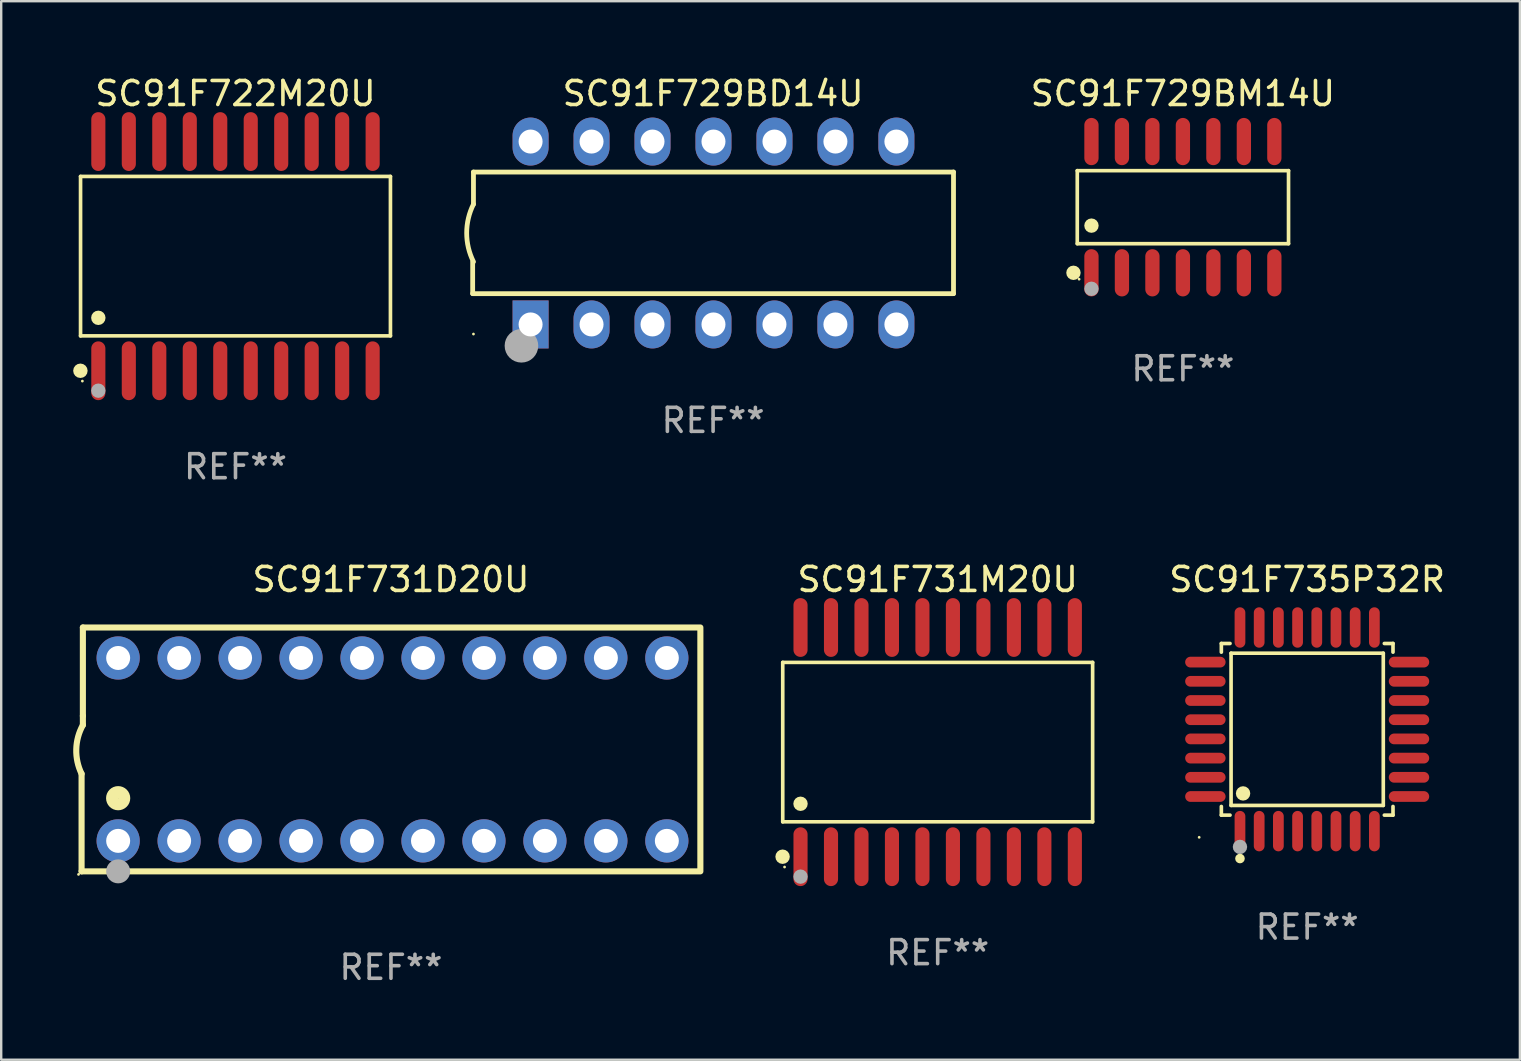
<source format=kicad_pcb>
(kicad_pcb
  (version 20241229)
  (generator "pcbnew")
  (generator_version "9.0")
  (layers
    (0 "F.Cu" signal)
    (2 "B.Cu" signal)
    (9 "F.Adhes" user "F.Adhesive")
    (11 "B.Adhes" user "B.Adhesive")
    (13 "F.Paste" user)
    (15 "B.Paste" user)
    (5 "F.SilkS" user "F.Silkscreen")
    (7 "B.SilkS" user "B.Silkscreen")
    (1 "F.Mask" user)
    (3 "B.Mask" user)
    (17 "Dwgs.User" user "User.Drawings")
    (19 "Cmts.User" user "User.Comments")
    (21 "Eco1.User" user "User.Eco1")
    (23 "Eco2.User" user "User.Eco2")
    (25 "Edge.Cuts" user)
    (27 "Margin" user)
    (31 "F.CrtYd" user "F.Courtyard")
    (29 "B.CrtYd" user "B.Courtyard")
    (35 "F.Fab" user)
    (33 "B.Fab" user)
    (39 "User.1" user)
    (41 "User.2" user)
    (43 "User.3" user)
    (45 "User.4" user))
  (footprint "SC91F731M20U"
    (layer "F.Cu")
    (at 36.019 27.87)
    (property "Reference" "SC91F731M20U" (at 0 -6.775 0) (layer "F.SilkS") (effects (font (size 1 1) (thickness 0.15))))
    (attr through_hole)
    (fp_line (start -6.456 -3.321) (end 6.456 -3.321) (stroke (width 0.152) (type solid)) (layer "F.SilkS"))
    (fp_line (start -6.456 3.321) (end -6.456 -3.321) (stroke (width 0.152) (type solid)) (layer "F.SilkS"))
    (fp_line (start 6.456 -3.321) (end 6.456 3.321) (stroke (width 0.152) (type solid)) (layer "F.SilkS"))
    (fp_line (start 6.456 3.321) (end -6.456 3.321) (stroke (width 0.152) (type solid)) (layer "F.SilkS"))
    (fp_circle (center -6.462 4.775) (end -6.311 4.775) (stroke (width 0.3) (type solid)) (fill no) (layer "F.SilkS"))
    (fp_circle (center -6.38 5.205) (end -6.35 5.205) (stroke (width 0.06) (type solid)) (fill no) (layer "F.SilkS"))
    (fp_circle (center -5.715 2.569) (end -5.565 2.569) (stroke (width 0.3) (type solid)) (fill no) (layer "F.SilkS"))
    (fp_circle (center -5.715 5.605) (end -5.565 5.605) (stroke (width 0.3) (type solid)) (fill no) (layer "F.Fab"))
    (fp_text user "REF**" (at 0 8.775 0) (layer "F.Fab") (effects (font (size 1 1) (thickness 0.15))))
    (pad "1" smd oval (at -5.715 4.775) (size 0.588 2.45) (layers "F.Cu" "F.Mask" "F.Paste"))
    (pad "2" smd oval (at -4.445 4.775) (size 0.588 2.45) (layers "F.Cu" "F.Mask" "F.Paste"))
    (pad "3" smd oval (at -3.175 4.775) (size 0.588 2.45) (layers "F.Cu" "F.Mask" "F.Paste"))
    (pad "4" smd oval (at -1.905 4.775) (size 0.588 2.45) (layers "F.Cu" "F.Mask" "F.Paste"))
    (pad "5" smd oval (at -0.635 4.775) (size 0.588 2.45) (layers "F.Cu" "F.Mask" "F.Paste"))
    (pad "6" smd oval (at 0.635 4.775) (size 0.588 2.45) (layers "F.Cu" "F.Mask" "F.Paste"))
    (pad "7" smd oval (at 1.905 4.775) (size 0.588 2.45) (layers "F.Cu" "F.Mask" "F.Paste"))
    (pad "8" smd oval (at 3.175 4.775) (size 0.588 2.45) (layers "F.Cu" "F.Mask" "F.Paste"))
    (pad "9" smd oval (at 4.445 4.775) (size 0.588 2.45) (layers "F.Cu" "F.Mask" "F.Paste"))
    (pad "10" smd oval (at 5.715 4.775) (size 0.588 2.45) (layers "F.Cu" "F.Mask" "F.Paste"))
    (pad "11" smd oval (at 5.715 -4.775) (size 0.588 2.45) (layers "F.Cu" "F.Mask" "F.Paste"))
    (pad "12" smd oval (at 4.445 -4.775) (size 0.588 2.45) (layers "F.Cu" "F.Mask" "F.Paste"))
    (pad "13" smd oval (at 3.175 -4.775) (size 0.588 2.45) (layers "F.Cu" "F.Mask" "F.Paste"))
    (pad "14" smd oval (at 1.905 -4.775) (size 0.588 2.45) (layers "F.Cu" "F.Mask" "F.Paste"))
    (pad "15" smd oval (at 0.635 -4.775) (size 0.588 2.45) (layers "F.Cu" "F.Mask" "F.Paste"))
    (pad "16" smd oval (at -0.635 -4.775) (size 0.588 2.45) (layers "F.Cu" "F.Mask" "F.Paste"))
    (pad "17" smd oval (at -1.905 -4.775) (size 0.588 2.45) (layers "F.Cu" "F.Mask" "F.Paste"))
    (pad "18" smd oval (at -3.175 -4.775) (size 0.588 2.45) (layers "F.Cu" "F.Mask" "F.Paste"))
    (pad "19" smd oval (at -4.445 -4.775) (size 0.588 2.45) (layers "F.Cu" "F.Mask" "F.Paste"))
    (pad "20" smd oval (at -5.715 -4.775) (size 0.588 2.45) (layers "F.Cu" "F.Mask" "F.Paste")))
  (footprint "SC91F731D20U"
    (layer "F.Cu")
    (at 13.24 28.175)
    (property "Reference" "SC91F731D20U" (at 0 -7.08 0) (layer "F.SilkS") (effects (font (size 1 1) (thickness 0.15))))
    (attr through_hole)
    (fp_line (start -12.891 5.08) (end -12.891 1.016) (stroke (width 0.254) (type solid)) (layer "F.SilkS"))
    (fp_line (start -12.891 5.08) (end 12.891 5.08) (stroke (width 0.254) (type solid)) (layer "F.SilkS"))
    (fp_line (start -12.837 -5.08) (end -12.837 -1.397) (stroke (width 0.254) (type solid)) (layer "F.SilkS"))
    (fp_line (start -12.837 -5.08) (end 12.891 -5.08) (stroke (width 0.254) (type solid)) (layer "F.SilkS"))
    (fp_line (start -12.837 -1.397) (end -12.837 -1.016) (stroke (width 0.254) (type solid)) (layer "F.SilkS"))
    (fp_line (start 12.891 -5) (end 12.891 5) (stroke (width 0.254) (type solid)) (layer "F.SilkS"))
    (fp_arc (start -12.890526 1.016002) (mid -13.111945 -0.006602) (end -12.836525 -1.016002) (stroke (width 0.254001) (type solid)) (layer "F.SilkS"))
    (fp_circle (center -13.018 5.207) (end -12.988 5.207) (stroke (width 0.06) (type solid)) (fill no) (layer "F.SilkS"))
    (fp_circle (center -11.367 2.032) (end -11.113 2.032) (stroke (width 0.5) (type solid)) (fill no) (layer "F.SilkS"))
    (fp_circle (center -11.367 5.08) (end -11.117 5.08) (stroke (width 0.5) (type solid)) (fill no) (layer "F.Fab"))
    (fp_text user "REF**" (at 0 9.08 0) (layer "F.Fab") (effects (font (size 1 1) (thickness 0.15))))
    (pad "1" thru_hole circle (at -11.367 3.81) (size 1.8 1.8) (drill 1) (layers "*.Cu" "*.Mask"))
    (pad "2" thru_hole circle (at -8.827 3.81) (size 1.8 1.8) (drill 1) (layers "*.Cu" "*.Mask"))
    (pad "3" thru_hole circle (at -6.287 3.81) (size 1.8 1.8) (drill 1) (layers "*.Cu" "*.Mask"))
    (pad "4" thru_hole circle (at -3.747 3.81) (size 1.8 1.8) (drill 1) (layers "*.Cu" "*.Mask"))
    (pad "5" thru_hole circle (at -1.207 3.81) (size 1.8 1.8) (drill 1) (layers "*.Cu" "*.Mask"))
    (pad "6" thru_hole circle (at 1.334 3.81) (size 1.8 1.8) (drill 1) (layers "*.Cu" "*.Mask"))
    (pad "7" thru_hole circle (at 3.874 3.81) (size 1.8 1.8) (drill 1) (layers "*.Cu" "*.Mask"))
    (pad "8" thru_hole circle (at 6.414 3.81) (size 1.8 1.8) (drill 1) (layers "*.Cu" "*.Mask"))
    (pad "9" thru_hole circle (at 8.954 3.81) (size 1.8 1.8) (drill 1) (layers "*.Cu" "*.Mask"))
    (pad "10" thru_hole circle (at 11.494 3.81) (size 1.8 1.8) (drill 1) (layers "*.Cu" "*.Mask"))
    (pad "11" thru_hole circle (at 11.494 -3.81) (size 1.8 1.8) (drill 1) (layers "*.Cu" "*.Mask"))
    (pad "12" thru_hole circle (at 8.954 -3.81) (size 1.8 1.8) (drill 1) (layers "*.Cu" "*.Mask"))
    (pad "13" thru_hole circle (at 6.414 -3.81) (size 1.8 1.8) (drill 1) (layers "*.Cu" "*.Mask"))
    (pad "14" thru_hole circle (at 3.874 -3.81) (size 1.8 1.8) (drill 1) (layers "*.Cu" "*.Mask"))
    (pad "15" thru_hole circle (at 1.334 -3.81) (size 1.8 1.8) (drill 1) (layers "*.Cu" "*.Mask"))
    (pad "16" thru_hole circle (at -1.207 -3.81) (size 1.8 1.8) (drill 1) (layers "*.Cu" "*.Mask"))
    (pad "17" thru_hole circle (at -3.747 -3.81) (size 1.8 1.8) (drill 1) (layers "*.Cu" "*.Mask"))
    (pad "18" thru_hole circle (at -6.287 -3.81) (size 1.8 1.8) (drill 1) (layers "*.Cu" "*.Mask"))
    (pad "19" thru_hole circle (at -8.827 -3.81) (size 1.8 1.8) (drill 1) (layers "*.Cu" "*.Mask"))
    (pad "20" thru_hole circle (at -11.367 -3.81) (size 1.8 1.8) (drill 1) (layers "*.Cu" "*.Mask")))
  (footprint "SC91F729BD14U"
    (layer "F.Cu")
    (at 26.661 6.658)
    (property "Reference" "SC91F729BD14U" (at 0 -5.81 0) (layer "F.SilkS") (effects (font (size 1 1) (thickness 0.15))))
    (attr through_hole)
    (fp_line (start -10.017 2.527) (end -10.017 1.199) (stroke (width 0.2) (type solid)) (layer "F.SilkS"))
    (fp_line (start -9.984 -2.54) (end 10.017 -2.54) (stroke (width 0.2) (type solid)) (layer "F.SilkS"))
    (fp_line (start -9.984 -1.2) (end -9.984 -2.54) (stroke (width 0.2) (type solid)) (layer "F.SilkS"))
    (fp_line (start 10.017 -2.54) (end 10.017 2.527) (stroke (width 0.2) (type solid)) (layer "F.SilkS"))
    (fp_line (start 10.017 2.527) (end -10.017 2.527) (stroke (width 0.2) (type solid)) (layer "F.SilkS"))
    (fp_arc (start -9.983503 1.198882) (mid -10.266661 -0.000556) (end -9.983528 -1.2) (stroke (width 0.2) (type solid)) (layer "F.SilkS"))
    (fp_circle (center -9.984 4.21) (end -9.954 4.21) (stroke (width 0.06) (type solid)) (fill no) (layer "F.SilkS"))
    (fp_circle (center -7.985 4.699) (end -7.635 4.699) (stroke (width 0.7) (type solid)) (fill no) (layer "F.Fab"))
    (fp_text user "REF**" (at 0 7.81 0) (layer "F.Fab") (effects (font (size 1 1) (thickness 0.15))))
    (pad "1" thru_hole rect (at -7.604 3.81 90) (size 2 1.5) (drill 1) (layers "*.Cu" "*.Mask"))
    (pad "2" thru_hole oval (at -5.064 3.81 90) (size 2 1.5) (drill 1) (layers "*.Cu" "*.Mask"))
    (pad "3" thru_hole oval (at -2.524 3.81 90) (size 2 1.5) (drill 1) (layers "*.Cu" "*.Mask"))
    (pad "4" thru_hole oval (at 0.016 3.81 90) (size 2 1.5) (drill 1) (layers "*.Cu" "*.Mask"))
    (pad "5" thru_hole oval (at 2.557 3.81 90) (size 2 1.5) (drill 1) (layers "*.Cu" "*.Mask"))
    (pad "6" thru_hole oval (at 5.097 3.81 90) (size 2 1.5) (drill 1) (layers "*.Cu" "*.Mask"))
    (pad "7" thru_hole oval (at 7.637 3.81 90) (size 2 1.5) (drill 1) (layers "*.Cu" "*.Mask"))
    (pad "8" thru_hole oval (at 7.637 -3.81 90) (size 2 1.5) (drill 1) (layers "*.Cu" "*.Mask"))
    (pad "9" thru_hole oval (at 5.097 -3.81 90) (size 2 1.5) (drill 1) (layers "*.Cu" "*.Mask"))
    (pad "10" thru_hole oval (at 2.557 -3.81 90) (size 2 1.5) (drill 1) (layers "*.Cu" "*.Mask"))
    (pad "11" thru_hole oval (at 0.016 -3.81 90) (size 2 1.5) (drill 1) (layers "*.Cu" "*.Mask"))
    (pad "12" thru_hole oval (at -2.524 -3.81 90) (size 2 1.5) (drill 1) (layers "*.Cu" "*.Mask"))
    (pad "13" thru_hole oval (at -5.064 -3.81 90) (size 2 1.5) (drill 1) (layers "*.Cu" "*.Mask"))
    (pad "14" thru_hole oval (at -7.604 -3.81 90) (size 2 1.5) (drill 1) (layers "*.Cu" "*.Mask")))
  (footprint "SC91F735P32R"
    (layer "F.Cu")
    (at 51.414 27.337)
    (property "Reference" "SC91F735P32R" (at 0 -6.242 0) (layer "F.SilkS") (effects (font (size 1 1) (thickness 0.15))))
    (attr through_hole)
    (fp_line (start -3.576 -3.576) (end -3.215 -3.576) (stroke (width 0.152) (type solid)) (layer "F.SilkS"))
    (fp_line (start -3.576 -3.215) (end -3.576 -3.576) (stroke (width 0.152) (type solid)) (layer "F.SilkS"))
    (fp_line (start -3.576 3.215) (end -3.576 3.576) (stroke (width 0.152) (type solid)) (layer "F.SilkS"))
    (fp_line (start -3.576 3.576) (end -3.215 3.576) (stroke (width 0.152) (type solid)) (layer "F.SilkS"))
    (fp_line (start -3.171 -3.171) (end 3.171 -3.171) (stroke (width 0.152) (type solid)) (layer "F.SilkS"))
    (fp_line (start -3.171 3.171) (end -3.171 -3.171) (stroke (width 0.152) (type solid)) (layer "F.SilkS"))
    (fp_line (start 3.171 -3.171) (end 3.171 3.171) (stroke (width 0.152) (type solid)) (layer "F.SilkS"))
    (fp_line (start 3.171 3.171) (end -3.171 3.171) (stroke (width 0.152) (type solid)) (layer "F.SilkS"))
    (fp_line (start 3.576 -3.576) (end 3.215 -3.576) (stroke (width 0.152) (type solid)) (layer "F.SilkS"))
    (fp_line (start 3.576 -3.215) (end 3.576 -3.576) (stroke (width 0.152) (type solid)) (layer "F.SilkS"))
    (fp_line (start 3.576 3.215) (end 3.576 3.576) (stroke (width 0.152) (type solid)) (layer "F.SilkS"))
    (fp_line (start 3.576 3.576) (end 3.215 3.576) (stroke (width 0.152) (type solid)) (layer "F.SilkS"))
    (fp_circle (center -4.5 4.5) (end -4.47 4.5) (stroke (width 0.06) (type solid)) (fill no) (layer "F.SilkS"))
    (fp_circle (center -2.8 5.384) (end -2.7 5.384) (stroke (width 0.2) (type solid)) (fill no) (layer "F.SilkS"))
    (fp_circle (center -2.671 2.671) (end -2.521 2.671) (stroke (width 0.3) (type solid)) (fill no) (layer "F.SilkS"))
    (fp_circle (center -2.8 4.9) (end -2.65 4.9) (stroke (width 0.3) (type solid)) (fill no) (layer "F.Fab"))
    (fp_text user "REF**" (at 0 8.242 0) (layer "F.Fab") (effects (font (size 1 1) (thickness 0.15))))
    (pad "1" smd oval (at -2.8 4.242) (size 0.448 1.684) (layers "F.Cu" "F.Mask" "F.Paste"))
    (pad "2" smd oval (at -2 4.242) (size 0.448 1.684) (layers "F.Cu" "F.Mask" "F.Paste"))
    (pad "3" smd oval (at -1.2 4.242) (size 0.448 1.684) (layers "F.Cu" "F.Mask" "F.Paste"))
    (pad "4" smd oval (at -0.4 4.242) (size 0.448 1.684) (layers "F.Cu" "F.Mask" "F.Paste"))
    (pad "5" smd oval (at 0.4 4.242) (size 0.448 1.684) (layers "F.Cu" "F.Mask" "F.Paste"))
    (pad "6" smd oval (at 1.2 4.242) (size 0.448 1.684) (layers "F.Cu" "F.Mask" "F.Paste"))
    (pad "7" smd oval (at 2 4.242) (size 0.448 1.684) (layers "F.Cu" "F.Mask" "F.Paste"))
    (pad "8" smd oval (at 2.8 4.242) (size 0.448 1.684) (layers "F.Cu" "F.Mask" "F.Paste"))
    (pad "9" smd oval (at 4.242 2.8) (size 1.684 0.448) (layers "F.Cu" "F.Mask" "F.Paste"))
    (pad "10" smd oval (at 4.242 2) (size 1.684 0.448) (layers "F.Cu" "F.Mask" "F.Paste"))
    (pad "11" smd oval (at 4.242 1.2) (size 1.684 0.448) (layers "F.Cu" "F.Mask" "F.Paste"))
    (pad "12" smd oval (at 4.242 0.4) (size 1.684 0.448) (layers "F.Cu" "F.Mask" "F.Paste"))
    (pad "13" smd oval (at 4.242 -0.4) (size 1.684 0.448) (layers "F.Cu" "F.Mask" "F.Paste"))
    (pad "14" smd oval (at 4.242 -1.2) (size 1.684 0.448) (layers "F.Cu" "F.Mask" "F.Paste"))
    (pad "15" smd oval (at 4.242 -2) (size 1.684 0.448) (layers "F.Cu" "F.Mask" "F.Paste"))
    (pad "16" smd oval (at 4.242 -2.8) (size 1.684 0.448) (layers "F.Cu" "F.Mask" "F.Paste"))
    (pad "17" smd oval (at 2.8 -4.242) (size 0.448 1.684) (layers "F.Cu" "F.Mask" "F.Paste"))
    (pad "18" smd oval (at 2 -4.242) (size 0.448 1.684) (layers "F.Cu" "F.Mask" "F.Paste"))
    (pad "19" smd oval (at 1.2 -4.242) (size 0.448 1.684) (layers "F.Cu" "F.Mask" "F.Paste"))
    (pad "20" smd oval (at 0.4 -4.242) (size 0.448 1.684) (layers "F.Cu" "F.Mask" "F.Paste"))
    (pad "21" smd oval (at -0.4 -4.242) (size 0.448 1.684) (layers "F.Cu" "F.Mask" "F.Paste"))
    (pad "22" smd oval (at -1.2 -4.242) (size 0.448 1.684) (layers "F.Cu" "F.Mask" "F.Paste"))
    (pad "23" smd oval (at -2 -4.242) (size 0.448 1.684) (layers "F.Cu" "F.Mask" "F.Paste"))
    (pad "24" smd oval (at -2.8 -4.242) (size 0.448 1.684) (layers "F.Cu" "F.Mask" "F.Paste"))
    (pad "25" smd oval (at -4.242 -2.8) (size 1.684 0.448) (layers "F.Cu" "F.Mask" "F.Paste"))
    (pad "26" smd oval (at -4.242 -2) (size 1.684 0.448) (layers "F.Cu" "F.Mask" "F.Paste"))
    (pad "27" smd oval (at -4.242 -1.2) (size 1.684 0.448) (layers "F.Cu" "F.Mask" "F.Paste"))
    (pad "28" smd oval (at -4.242 -0.4) (size 1.684 0.448) (layers "F.Cu" "F.Mask" "F.Paste"))
    (pad "29" smd oval (at -4.242 0.4) (size 1.684 0.448) (layers "F.Cu" "F.Mask" "F.Paste"))
    (pad "30" smd oval (at -4.242 1.2) (size 1.684 0.448) (layers "F.Cu" "F.Mask" "F.Paste"))
    (pad "31" smd oval (at -4.242 2) (size 1.684 0.448) (layers "F.Cu" "F.Mask" "F.Paste"))
    (pad "32" smd oval (at -4.242 2.8) (size 1.684 0.448) (layers "F.Cu" "F.Mask" "F.Paste")))
  (footprint "SC91F729BM14U"
    (layer "F.Cu")
    (at 46.236 5.582)
    (property "Reference" "SC91F729BM14U" (at 0 -4.734 0) (layer "F.SilkS") (effects (font (size 1 1) (thickness 0.15))))
    (attr through_hole)
    (fp_line (start -4.401 -1.521) (end 4.401 -1.521) (stroke (width 0.152) (type solid)) (layer "F.SilkS"))
    (fp_line (start -4.401 1.521) (end -4.401 -1.521) (stroke (width 0.152) (type solid)) (layer "F.SilkS"))
    (fp_line (start 4.401 -1.521) (end 4.401 1.521) (stroke (width 0.152) (type solid)) (layer "F.SilkS"))
    (fp_line (start 4.401 1.521) (end -4.401 1.521) (stroke (width 0.152) (type solid)) (layer "F.SilkS"))
    (fp_circle (center -4.56 2.734) (end -4.41 2.734) (stroke (width 0.3) (type solid)) (fill no) (layer "F.SilkS"))
    (fp_circle (center -4.325 3) (end -4.295 3) (stroke (width 0.06) (type solid)) (fill no) (layer "F.SilkS"))
    (fp_circle (center -3.81 0.769) (end -3.66 0.769) (stroke (width 0.3) (type solid)) (fill no) (layer "F.SilkS"))
    (fp_circle (center -3.81 3.4) (end -3.66 3.4) (stroke (width 0.3) (type solid)) (fill no) (layer "F.Fab"))
    (fp_text user "REF**" (at 0 6.734 0) (layer "F.Fab") (effects (font (size 1 1) (thickness 0.15))))
    (pad "1" smd oval (at -3.81 2.734) (size 0.595 1.968) (layers "F.Cu" "F.Mask" "F.Paste"))
    (pad "2" smd oval (at -2.54 2.734) (size 0.595 1.968) (layers "F.Cu" "F.Mask" "F.Paste"))
    (pad "3" smd oval (at -1.27 2.734) (size 0.595 1.968) (layers "F.Cu" "F.Mask" "F.Paste"))
    (pad "4" smd oval (at 0 2.734) (size 0.595 1.968) (layers "F.Cu" "F.Mask" "F.Paste"))
    (pad "5" smd oval (at 1.27 2.734) (size 0.595 1.968) (layers "F.Cu" "F.Mask" "F.Paste"))
    (pad "6" smd oval (at 2.54 2.734) (size 0.595 1.968) (layers "F.Cu" "F.Mask" "F.Paste"))
    (pad "7" smd oval (at 3.81 2.734) (size 0.595 1.968) (layers "F.Cu" "F.Mask" "F.Paste"))
    (pad "8" smd oval (at 3.81 -2.734) (size 0.595 1.968) (layers "F.Cu" "F.Mask" "F.Paste"))
    (pad "9" smd oval (at 2.54 -2.734) (size 0.595 1.968) (layers "F.Cu" "F.Mask" "F.Paste"))
    (pad "10" smd oval (at 1.27 -2.734) (size 0.595 1.968) (layers "F.Cu" "F.Mask" "F.Paste"))
    (pad "11" smd oval (at 0 -2.734) (size 0.595 1.968) (layers "F.Cu" "F.Mask" "F.Paste"))
    (pad "12" smd oval (at -1.27 -2.734) (size 0.595 1.968) (layers "F.Cu" "F.Mask" "F.Paste"))
    (pad "13" smd oval (at -2.54 -2.734) (size 0.595 1.968) (layers "F.Cu" "F.Mask" "F.Paste"))
    (pad "14" smd oval (at -3.81 -2.734) (size 0.595 1.968) (layers "F.Cu" "F.Mask" "F.Paste")))
  (footprint "SC91F722M20U"
    (layer "F.Cu")
    (at 6.762 7.623)
    (property "Reference" "SC91F722M20U" (at 0 -6.775 0) (layer "F.SilkS") (effects (font (size 1 1) (thickness 0.15))))
    (attr through_hole)
    (fp_line (start -6.456 -3.321) (end 6.456 -3.321) (stroke (width 0.152) (type solid)) (layer "F.SilkS"))
    (fp_line (start -6.456 3.321) (end -6.456 -3.321) (stroke (width 0.152) (type solid)) (layer "F.SilkS"))
    (fp_line (start 6.456 -3.321) (end 6.456 3.321) (stroke (width 0.152) (type solid)) (layer "F.SilkS"))
    (fp_line (start 6.456 3.321) (end -6.456 3.321) (stroke (width 0.152) (type solid)) (layer "F.SilkS"))
    (fp_circle (center -6.462 4.775) (end -6.311 4.775) (stroke (width 0.3) (type solid)) (fill no) (layer "F.SilkS"))
    (fp_circle (center -6.38 5.205) (end -6.35 5.205) (stroke (width 0.06) (type solid)) (fill no) (layer "F.SilkS"))
    (fp_circle (center -5.715 2.569) (end -5.565 2.569) (stroke (width 0.3) (type solid)) (fill no) (layer "F.SilkS"))
    (fp_circle (center -5.715 5.605) (end -5.565 5.605) (stroke (width 0.3) (type solid)) (fill no) (layer "F.Fab"))
    (fp_text user "REF**" (at 0 8.775 0) (layer "F.Fab") (effects (font (size 1 1) (thickness 0.15))))
    (pad "1" smd oval (at -5.715 4.775) (size 0.588 2.45) (layers "F.Cu" "F.Mask" "F.Paste"))
    (pad "2" smd oval (at -4.445 4.775) (size 0.588 2.45) (layers "F.Cu" "F.Mask" "F.Paste"))
    (pad "3" smd oval (at -3.175 4.775) (size 0.588 2.45) (layers "F.Cu" "F.Mask" "F.Paste"))
    (pad "4" smd oval (at -1.905 4.775) (size 0.588 2.45) (layers "F.Cu" "F.Mask" "F.Paste"))
    (pad "5" smd oval (at -0.635 4.775) (size 0.588 2.45) (layers "F.Cu" "F.Mask" "F.Paste"))
    (pad "6" smd oval (at 0.635 4.775) (size 0.588 2.45) (layers "F.Cu" "F.Mask" "F.Paste"))
    (pad "7" smd oval (at 1.905 4.775) (size 0.588 2.45) (layers "F.Cu" "F.Mask" "F.Paste"))
    (pad "8" smd oval (at 3.175 4.775) (size 0.588 2.45) (layers "F.Cu" "F.Mask" "F.Paste"))
    (pad "9" smd oval (at 4.445 4.775) (size 0.588 2.45) (layers "F.Cu" "F.Mask" "F.Paste"))
    (pad "10" smd oval (at 5.715 4.775) (size 0.588 2.45) (layers "F.Cu" "F.Mask" "F.Paste"))
    (pad "11" smd oval (at 5.715 -4.775) (size 0.588 2.45) (layers "F.Cu" "F.Mask" "F.Paste"))
    (pad "12" smd oval (at 4.445 -4.775) (size 0.588 2.45) (layers "F.Cu" "F.Mask" "F.Paste"))
    (pad "13" smd oval (at 3.175 -4.775) (size 0.588 2.45) (layers "F.Cu" "F.Mask" "F.Paste"))
    (pad "14" smd oval (at 1.905 -4.775) (size 0.588 2.45) (layers "F.Cu" "F.Mask" "F.Paste"))
    (pad "15" smd oval (at 0.635 -4.775) (size 0.588 2.45) (layers "F.Cu" "F.Mask" "F.Paste"))
    (pad "16" smd oval (at -0.635 -4.775) (size 0.588 2.45) (layers "F.Cu" "F.Mask" "F.Paste"))
    (pad "17" smd oval (at -1.905 -4.775) (size 0.588 2.45) (layers "F.Cu" "F.Mask" "F.Paste"))
    (pad "18" smd oval (at -3.175 -4.775) (size 0.588 2.45) (layers "F.Cu" "F.Mask" "F.Paste"))
    (pad "19" smd oval (at -4.445 -4.775) (size 0.588 2.45) (layers "F.Cu" "F.Mask" "F.Paste"))
    (pad "20" smd oval (at -5.715 -4.775) (size 0.588 2.45) (layers "F.Cu" "F.Mask" "F.Paste")))
  (gr_rect
    (start -3 -3)
    (end 60.277 41.103)
    (stroke (width 0.1) (type default))
    (fill no)
    (layer "Edge.Cuts")))
</source>
